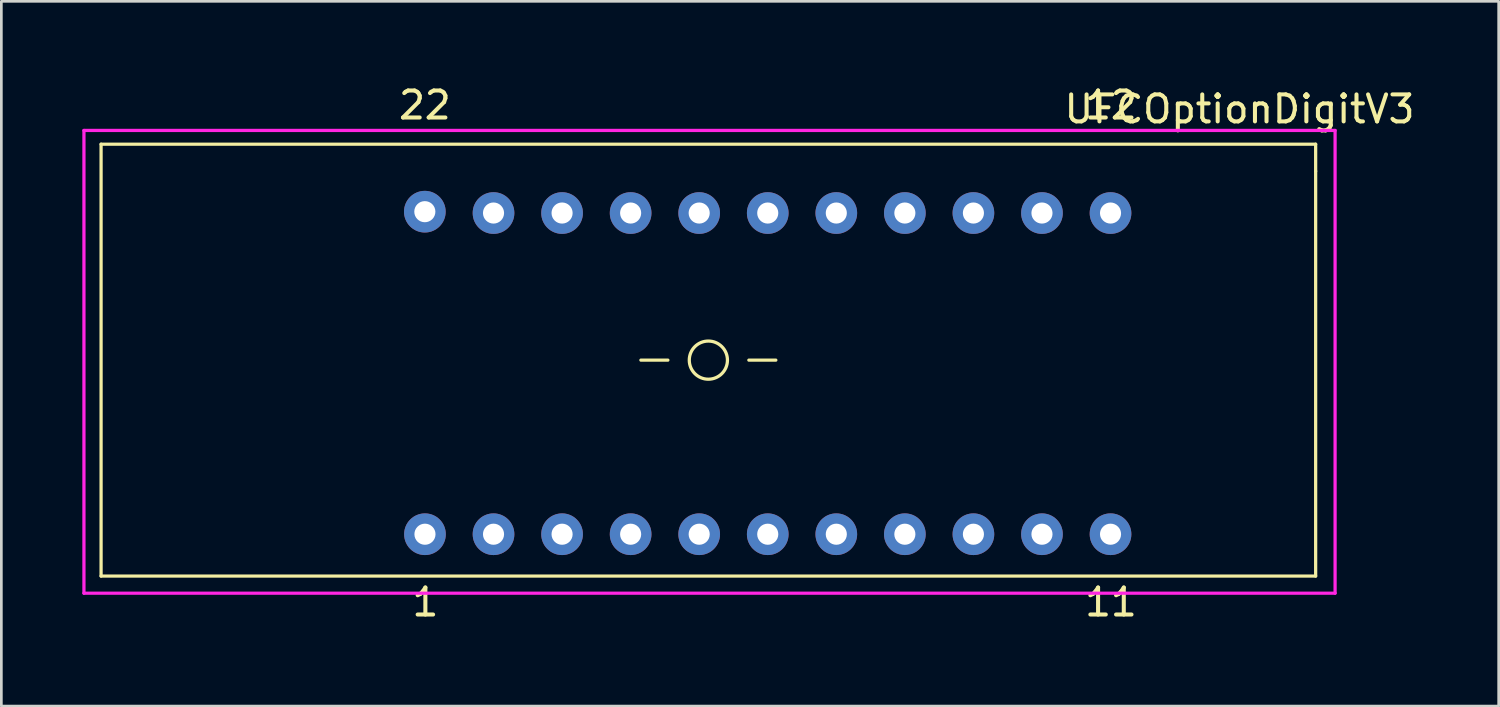
<source format=kicad_pcb>
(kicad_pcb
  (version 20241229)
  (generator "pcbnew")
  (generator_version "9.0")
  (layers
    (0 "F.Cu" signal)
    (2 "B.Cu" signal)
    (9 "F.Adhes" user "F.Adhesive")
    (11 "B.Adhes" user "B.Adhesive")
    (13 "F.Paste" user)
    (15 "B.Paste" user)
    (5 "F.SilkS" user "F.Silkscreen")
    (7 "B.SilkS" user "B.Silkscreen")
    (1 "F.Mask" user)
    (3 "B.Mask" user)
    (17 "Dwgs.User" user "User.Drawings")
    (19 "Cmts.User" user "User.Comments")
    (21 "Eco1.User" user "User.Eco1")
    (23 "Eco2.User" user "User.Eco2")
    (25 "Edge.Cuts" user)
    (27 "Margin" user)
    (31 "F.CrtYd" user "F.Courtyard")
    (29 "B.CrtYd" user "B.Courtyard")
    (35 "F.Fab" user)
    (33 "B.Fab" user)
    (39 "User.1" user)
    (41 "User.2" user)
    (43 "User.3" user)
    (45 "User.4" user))
  (footprint "UFCOptionDigitV3"
    (layer "F.Cu")
    (at 23.19 10.293)
    (property "Reference" "UFCOptionDigitV3" (at 19.685 -9.3 0) (layer "F.SilkS") (effects (font (size 1 1) (thickness 0.15))))
    (attr through_hole)
    (fp_line (start -22.495 -8) (end -22.495 8) (stroke (width 0.12) (type solid)) (layer "F.SilkS"))
    (fp_line (start -22.495 8) (end 22.505 8) (stroke (width 0.12) (type solid)) (layer "F.SilkS"))
    (fp_line (start -1.495 0) (end -2.495 0) (stroke (width 0.12) (type solid)) (layer "F.SilkS"))
    (fp_line (start 1.505 0) (end 2.505 0) (stroke (width 0.12) (type solid)) (layer "F.SilkS"))
    (fp_line (start 22.505 -8) (end -22.495 -8) (stroke (width 0.12) (type solid)) (layer "F.SilkS"))
    (fp_line (start 22.505 -7) (end 22.505 -8) (stroke (width 0.12) (type solid)) (layer "F.SilkS"))
    (fp_line (start 22.505 8) (end 22.505 -7) (stroke (width 0.12) (type solid)) (layer "F.SilkS"))
    (fp_circle (center 0.005 0) (end 0.712 0) (stroke (width 0.12) (type solid)) (fill no) (layer "F.SilkS"))
    (fp_line (start -22.498 -8.004) (end -22.498 7.996) (stroke (width 0.05) (type solid)) (layer "Eco1.User"))
    (fp_line (start -22.498 -8.004) (end -22.498 7.996) (stroke (width 0.05) (type solid)) (layer "Eco1.User"))
    (fp_line (start -22.498 -8.004) (end 22.502 -8.004) (stroke (width 0.05) (type solid)) (layer "Eco1.User"))
    (fp_line (start -22.498 7.996) (end -22.498 -8.004) (stroke (width 0.05) (type solid)) (layer "Eco1.User"))
    (fp_line (start -22.498 7.996) (end 22.502 7.996) (stroke (width 0.05) (type solid)) (layer "Eco1.User"))
    (fp_line (start -22.498 7.996) (end 22.502 7.996) (stroke (width 0.05) (type solid)) (layer "Eco1.User"))
    (fp_line (start 22.502 -8.004) (end -22.498 -8.004) (stroke (width 0.05) (type solid)) (layer "Eco1.User"))
    (fp_line (start 22.502 -8.004) (end -22.498 -8.004) (stroke (width 0.05) (type solid)) (layer "Eco1.User"))
    (fp_line (start 22.502 -8.004) (end 22.502 7.996) (stroke (width 0.05) (type solid)) (layer "Eco1.User"))
    (fp_line (start 22.502 7.996) (end -22.498 7.996) (stroke (width 0.05) (type solid)) (layer "Eco1.User"))
    (fp_line (start 22.502 7.996) (end 22.502 -8.004) (stroke (width 0.05) (type solid)) (layer "Eco1.User"))
    (fp_line (start 22.502 7.996) (end 22.502 -8.004) (stroke (width 0.05) (type solid)) (layer "Eco1.User"))
    (fp_circle (center -20.256 1.058) (end -20.656 1.058) (stroke (width 0.05) (type solid)) (fill no) (layer "Eco1.User"))
    (fp_circle (center -20.256 1.058) (end -20.656 1.058) (stroke (width 0.05) (type solid)) (fill no) (layer "Eco1.User"))
    (fp_circle (center -20.252 -0.965) (end -20.652 -0.965) (stroke (width 0.05) (type solid)) (fill no) (layer "Eco1.User"))
    (fp_circle (center -20.252 -0.965) (end -20.652 -0.965) (stroke (width 0.05) (type solid)) (fill no) (layer "Eco1.User"))
    (fp_circle (center -20.252 2.435) (end -20.652 2.435) (stroke (width 0.05) (type solid)) (fill no) (layer "Eco1.User"))
    (fp_circle (center -20.252 2.435) (end -20.652 2.435) (stroke (width 0.05) (type solid)) (fill no) (layer "Eco1.User"))
    (fp_circle (center -20.252 3.635) (end -20.652 3.635) (stroke (width 0.05) (type solid)) (fill no) (layer "Eco1.User"))
    (fp_circle (center -20.252 3.635) (end -20.652 3.635) (stroke (width 0.05) (type solid)) (fill no) (layer "Eco1.User"))
    (fp_circle (center -20.251 -2.262) (end -20.651 -2.262) (stroke (width 0.05) (type solid)) (fill no) (layer "Eco1.User"))
    (fp_circle (center -20.251 -2.262) (end -20.651 -2.262) (stroke (width 0.05) (type solid)) (fill no) (layer "Eco1.User"))
    (fp_circle (center -20.236 -3.575) (end -20.636 -3.575) (stroke (width 0.05) (type solid)) (fill no) (layer "Eco1.User"))
    (fp_circle (center -20.236 -3.575) (end -20.636 -3.575) (stroke (width 0.05) (type solid)) (fill no) (layer "Eco1.User"))
    (fp_circle (center -17.956 1.058) (end -18.356 1.058) (stroke (width 0.05) (type solid)) (fill no) (layer "Eco1.User"))
    (fp_circle (center -17.956 1.058) (end -18.356 1.058) (stroke (width 0.05) (type solid)) (fill no) (layer "Eco1.User"))
    (fp_circle (center -17.952 -0.965) (end -18.352 -0.965) (stroke (width 0.05) (type solid)) (fill no) (layer "Eco1.User"))
    (fp_circle (center -17.952 -0.965) (end -18.352 -0.965) (stroke (width 0.05) (type solid)) (fill no) (layer "Eco1.User"))
    (fp_circle (center -17.952 2.435) (end -18.352 2.435) (stroke (width 0.05) (type solid)) (fill no) (layer "Eco1.User"))
    (fp_circle (center -17.952 2.435) (end -18.352 2.435) (stroke (width 0.05) (type solid)) (fill no) (layer "Eco1.User"))
    (fp_circle (center -17.952 3.635) (end -18.352 3.635) (stroke (width 0.05) (type solid)) (fill no) (layer "Eco1.User"))
    (fp_circle (center -17.952 3.635) (end -18.352 3.635) (stroke (width 0.05) (type solid)) (fill no) (layer "Eco1.User"))
    (fp_circle (center -17.951 -2.262) (end -18.351 -2.262) (stroke (width 0.05) (type solid)) (fill no) (layer "Eco1.User"))
    (fp_circle (center -17.951 -2.262) (end -18.351 -2.262) (stroke (width 0.05) (type solid)) (fill no) (layer "Eco1.User"))
    (fp_circle (center -17.936 -3.575) (end -18.336 -3.575) (stroke (width 0.05) (type solid)) (fill no) (layer "Eco1.User"))
    (fp_circle (center -17.936 -3.575) (end -18.336 -3.575) (stroke (width 0.05) (type solid)) (fill no) (layer "Eco1.User"))
    (fp_circle (center -16.987 4.725) (end -17.387 4.725) (stroke (width 0.05) (type solid)) (fill no) (layer "Eco1.User"))
    (fp_circle (center -16.987 4.725) (end -17.387 4.725) (stroke (width 0.05) (type solid)) (fill no) (layer "Eco1.User"))
    (fp_circle (center -16.981 -4.616) (end -17.381 -4.616) (stroke (width 0.05) (type solid)) (fill no) (layer "Eco1.User"))
    (fp_circle (center -16.981 -4.616) (end -17.381 -4.616) (stroke (width 0.05) (type solid)) (fill no) (layer "Eco1.User"))
    (fp_circle (center -16.969 -0.003) (end -17.369 -0.003) (stroke (width 0.05) (type solid)) (fill no) (layer "Eco1.User"))
    (fp_circle (center -16.969 -0.003) (end -17.369 -0.003) (stroke (width 0.05) (type solid)) (fill no) (layer "Eco1.User"))
    (fp_circle (center -16.416 2.801) (end -16.816 2.801) (stroke (width 0.05) (type solid)) (fill no) (layer "Eco1.User"))
    (fp_circle (center -16.416 2.801) (end -16.816 2.801) (stroke (width 0.05) (type solid)) (fill no) (layer "Eco1.User"))
    (fp_circle (center -16.394 -2.705) (end -16.794 -2.705) (stroke (width 0.05) (type solid)) (fill no) (layer "Eco1.User"))
    (fp_circle (center -16.394 -2.705) (end -16.794 -2.705) (stroke (width 0.05) (type solid)) (fill no) (layer "Eco1.User"))
    (fp_circle (center -16.022 0.004) (end -16.422 0.004) (stroke (width 0.05) (type solid)) (fill no) (layer "Eco1.User"))
    (fp_circle (center -16.022 0.004) (end -16.422 0.004) (stroke (width 0.05) (type solid)) (fill no) (layer "Eco1.User"))
    (fp_circle (center -16.019 -4.632) (end -16.419 -4.632) (stroke (width 0.05) (type solid)) (fill no) (layer "Eco1.User"))
    (fp_circle (center -16.019 -4.632) (end -16.419 -4.632) (stroke (width 0.05) (type solid)) (fill no) (layer "Eco1.User"))
    (fp_circle (center -16.016 4.719) (end -16.416 4.719) (stroke (width 0.05) (type solid)) (fill no) (layer "Eco1.User"))
    (fp_circle (center -16.016 4.719) (end -16.416 4.719) (stroke (width 0.05) (type solid)) (fill no) (layer "Eco1.User"))
    (fp_circle (center -15.601 -1.883) (end -16.001 -1.883) (stroke (width 0.05) (type solid)) (fill no) (layer "Eco1.User"))
    (fp_circle (center -15.601 -1.883) (end -16.001 -1.883) (stroke (width 0.05) (type solid)) (fill no) (layer "Eco1.User"))
    (fp_circle (center -15.575 1.91) (end -15.975 1.91) (stroke (width 0.05) (type solid)) (fill no) (layer "Eco1.User"))
    (fp_circle (center -15.575 1.91) (end -15.975 1.91) (stroke (width 0.05) (type solid)) (fill no) (layer "Eco1.User"))
    (fp_circle (center -15.061 0.009) (end -15.461 0.009) (stroke (width 0.05) (type solid)) (fill no) (layer "Eco1.User"))
    (fp_circle (center -15.061 0.009) (end -15.461 0.009) (stroke (width 0.05) (type solid)) (fill no) (layer "Eco1.User"))
    (fp_circle (center -15.021 4.759) (end -15.421 4.759) (stroke (width 0.05) (type solid)) (fill no) (layer "Eco1.User"))
    (fp_circle (center -15.021 4.759) (end -15.421 4.759) (stroke (width 0.05) (type solid)) (fill no) (layer "Eco1.User"))
    (fp_circle (center -14.945 -4.637) (end -15.345 -4.637) (stroke (width 0.05) (type solid)) (fill no) (layer "Eco1.User"))
    (fp_circle (center -14.945 -4.637) (end -15.345 -4.637) (stroke (width 0.05) (type solid)) (fill no) (layer "Eco1.User"))
    (fp_circle (center -14.032 1.136) (end -14.432 1.136) (stroke (width 0.05) (type solid)) (fill no) (layer "Eco1.User"))
    (fp_circle (center -14.032 1.136) (end -14.432 1.136) (stroke (width 0.05) (type solid)) (fill no) (layer "Eco1.User"))
    (fp_circle (center -14.032 2.336) (end -14.432 2.336) (stroke (width 0.05) (type solid)) (fill no) (layer "Eco1.User"))
    (fp_circle (center -14.032 2.336) (end -14.432 2.336) (stroke (width 0.05) (type solid)) (fill no) (layer "Eco1.User"))
    (fp_circle (center -14.032 3.536) (end -14.432 3.536) (stroke (width 0.05) (type solid)) (fill no) (layer "Eco1.User"))
    (fp_circle (center -14.032 3.536) (end -14.432 3.536) (stroke (width 0.05) (type solid)) (fill no) (layer "Eco1.User"))
    (fp_circle (center -14 -3.531) (end -14.4 -3.531) (stroke (width 0.05) (type solid)) (fill no) (layer "Eco1.User"))
    (fp_circle (center -14 -3.531) (end -14.4 -3.531) (stroke (width 0.05) (type solid)) (fill no) (layer "Eco1.User"))
    (fp_circle (center -14 -2.331) (end -14.4 -2.331) (stroke (width 0.05) (type solid)) (fill no) (layer "Eco1.User"))
    (fp_circle (center -14 -2.331) (end -14.4 -2.331) (stroke (width 0.05) (type solid)) (fill no) (layer "Eco1.User"))
    (fp_circle (center -14 -1.131) (end -14.4 -1.131) (stroke (width 0.05) (type solid)) (fill no) (layer "Eco1.User"))
    (fp_circle (center -14 -1.131) (end -14.4 -1.131) (stroke (width 0.05) (type solid)) (fill no) (layer "Eco1.User"))
    (fp_circle (center -13.165 4.733) (end -13.565 4.733) (stroke (width 0.05) (type solid)) (fill no) (layer "Eco1.User"))
    (fp_circle (center -13.165 4.733) (end -13.565 4.733) (stroke (width 0.05) (type solid)) (fill no) (layer "Eco1.User"))
    (fp_circle (center -13.092 -4.652) (end -13.492 -4.652) (stroke (width 0.05) (type solid)) (fill no) (layer "Eco1.User"))
    (fp_circle (center -13.092 -4.652) (end -13.492 -4.652) (stroke (width 0.05) (type solid)) (fill no) (layer "Eco1.User"))
    (fp_circle (center -12.987 0.01) (end -13.387 0.01) (stroke (width 0.05) (type solid)) (fill no) (layer "Eco1.User"))
    (fp_circle (center -12.987 0.01) (end -13.387 0.01) (stroke (width 0.05) (type solid)) (fill no) (layer "Eco1.User"))
    (fp_circle (center -12.535 1.876) (end -12.935 1.876) (stroke (width 0.05) (type solid)) (fill no) (layer "Eco1.User"))
    (fp_circle (center -12.535 1.876) (end -12.935 1.876) (stroke (width 0.05) (type solid)) (fill no) (layer "Eco1.User"))
    (fp_circle (center -12.497 -1.814) (end -12.897 -1.814) (stroke (width 0.05) (type solid)) (fill no) (layer "Eco1.User"))
    (fp_circle (center -12.497 -1.814) (end -12.897 -1.814) (stroke (width 0.05) (type solid)) (fill no) (layer "Eco1.User"))
    (fp_circle (center -12.198 4.733) (end -12.598 4.733) (stroke (width 0.05) (type solid)) (fill no) (layer "Eco1.User"))
    (fp_circle (center -12.198 4.733) (end -12.598 4.733) (stroke (width 0.05) (type solid)) (fill no) (layer "Eco1.User"))
    (fp_circle (center -12.083 0.005) (end -12.483 0.005) (stroke (width 0.05) (type solid)) (fill no) (layer "Eco1.User"))
    (fp_circle (center -12.083 0.005) (end -12.483 0.005) (stroke (width 0.05) (type solid)) (fill no) (layer "Eco1.User"))
    (fp_circle (center -12.04 -4.617) (end -12.44 -4.617) (stroke (width 0.05) (type solid)) (fill no) (layer "Eco1.User"))
    (fp_circle (center -12.04 -4.617) (end -12.44 -4.617) (stroke (width 0.05) (type solid)) (fill no) (layer "Eco1.User"))
    (fp_circle (center -11.686 2.725) (end -12.086 2.725) (stroke (width 0.05) (type solid)) (fill no) (layer "Eco1.User"))
    (fp_circle (center -11.686 2.725) (end -12.086 2.725) (stroke (width 0.05) (type solid)) (fill no) (layer "Eco1.User"))
    (fp_circle (center -11.648 -2.663) (end -12.048 -2.663) (stroke (width 0.05) (type solid)) (fill no) (layer "Eco1.User"))
    (fp_circle (center -11.648 -2.663) (end -12.048 -2.663) (stroke (width 0.05) (type solid)) (fill no) (layer "Eco1.User"))
    (fp_circle (center -11.164 -0.005) (end -11.564 -0.005) (stroke (width 0.05) (type solid)) (fill no) (layer "Eco1.User"))
    (fp_circle (center -11.164 -0.005) (end -11.564 -0.005) (stroke (width 0.05) (type solid)) (fill no) (layer "Eco1.User"))
    (fp_circle (center -11.105 -4.643) (end -11.505 -4.643) (stroke (width 0.05) (type solid)) (fill no) (layer "Eco1.User"))
    (fp_circle (center -11.105 -4.643) (end -11.505 -4.643) (stroke (width 0.05) (type solid)) (fill no) (layer "Eco1.User"))
    (fp_circle (center -10.998 4.733) (end -11.398 4.733) (stroke (width 0.05) (type solid)) (fill no) (layer "Eco1.User"))
    (fp_circle (center -10.998 4.733) (end -11.398 4.733) (stroke (width 0.05) (type solid)) (fill no) (layer "Eco1.User"))
    (fp_circle (center -10.172 -2.258) (end -10.572 -2.258) (stroke (width 0.05) (type solid)) (fill no) (layer "Eco1.User"))
    (fp_circle (center -10.172 -2.258) (end -10.572 -2.258) (stroke (width 0.05) (type solid)) (fill no) (layer "Eco1.User"))
    (fp_circle (center -10.143 2.359) (end -10.543 2.359) (stroke (width 0.05) (type solid)) (fill no) (layer "Eco1.User"))
    (fp_circle (center -10.143 2.359) (end -10.543 2.359) (stroke (width 0.05) (type solid)) (fill no) (layer "Eco1.User"))
    (fp_circle (center -10.142 3.625) (end -10.542 3.625) (stroke (width 0.05) (type solid)) (fill no) (layer "Eco1.User"))
    (fp_circle (center -10.142 3.625) (end -10.542 3.625) (stroke (width 0.05) (type solid)) (fill no) (layer "Eco1.User"))
    (fp_circle (center -10.141 -0.969) (end -10.541 -0.969) (stroke (width 0.05) (type solid)) (fill no) (layer "Eco1.User"))
    (fp_circle (center -10.141 -0.969) (end -10.541 -0.969) (stroke (width 0.05) (type solid)) (fill no) (layer "Eco1.User"))
    (fp_circle (center -10.115 -3.594) (end -10.515 -3.594) (stroke (width 0.05) (type solid)) (fill no) (layer "Eco1.User"))
    (fp_circle (center -10.115 -3.594) (end -10.515 -3.594) (stroke (width 0.05) (type solid)) (fill no) (layer "Eco1.User"))
    (fp_circle (center -10.115 1.006) (end -10.515 1.006) (stroke (width 0.05) (type solid)) (fill no) (layer "Eco1.User"))
    (fp_circle (center -10.115 1.006) (end -10.515 1.006) (stroke (width 0.05) (type solid)) (fill no) (layer "Eco1.User"))
    (fp_circle (center -7.956 1.058) (end -8.356 1.058) (stroke (width 0.05) (type solid)) (fill no) (layer "Eco1.User"))
    (fp_circle (center -7.956 1.058) (end -8.356 1.058) (stroke (width 0.05) (type solid)) (fill no) (layer "Eco1.User"))
    (fp_circle (center -7.952 -0.965) (end -8.352 -0.965) (stroke (width 0.05) (type solid)) (fill no) (layer "Eco1.User"))
    (fp_circle (center -7.952 -0.965) (end -8.352 -0.965) (stroke (width 0.05) (type solid)) (fill no) (layer "Eco1.User"))
    (fp_circle (center -7.952 2.435) (end -8.352 2.435) (stroke (width 0.05) (type solid)) (fill no) (layer "Eco1.User"))
    (fp_circle (center -7.952 2.435) (end -8.352 2.435) (stroke (width 0.05) (type solid)) (fill no) (layer "Eco1.User"))
    (fp_circle (center -7.952 3.635) (end -8.352 3.635) (stroke (width 0.05) (type solid)) (fill no) (layer "Eco1.User"))
    (fp_circle (center -7.952 3.635) (end -8.352 3.635) (stroke (width 0.05) (type solid)) (fill no) (layer "Eco1.User"))
    (fp_circle (center -7.951 -2.262) (end -8.351 -2.262) (stroke (width 0.05) (type solid)) (fill no) (layer "Eco1.User"))
    (fp_circle (center -7.951 -2.262) (end -8.351 -2.262) (stroke (width 0.05) (type solid)) (fill no) (layer "Eco1.User"))
    (fp_circle (center -7.936 -3.575) (end -8.336 -3.575) (stroke (width 0.05) (type solid)) (fill no) (layer "Eco1.User"))
    (fp_circle (center -7.936 -3.575) (end -8.336 -3.575) (stroke (width 0.05) (type solid)) (fill no) (layer "Eco1.User"))
    (fp_circle (center -6.987 4.725) (end -7.387 4.725) (stroke (width 0.05) (type solid)) (fill no) (layer "Eco1.User"))
    (fp_circle (center -6.987 4.725) (end -7.387 4.725) (stroke (width 0.05) (type solid)) (fill no) (layer "Eco1.User"))
    (fp_circle (center -6.981 -4.616) (end -7.381 -4.616) (stroke (width 0.05) (type solid)) (fill no) (layer "Eco1.User"))
    (fp_circle (center -6.981 -4.616) (end -7.381 -4.616) (stroke (width 0.05) (type solid)) (fill no) (layer "Eco1.User"))
    (fp_circle (center -6.969 -0.003) (end -7.369 -0.003) (stroke (width 0.05) (type solid)) (fill no) (layer "Eco1.User"))
    (fp_circle (center -6.969 -0.003) (end -7.369 -0.003) (stroke (width 0.05) (type solid)) (fill no) (layer "Eco1.User"))
    (fp_circle (center -6.416 2.801) (end -6.816 2.801) (stroke (width 0.05) (type solid)) (fill no) (layer "Eco1.User"))
    (fp_circle (center -6.416 2.801) (end -6.816 2.801) (stroke (width 0.05) (type solid)) (fill no) (layer "Eco1.User"))
    (fp_circle (center -6.394 -2.705) (end -6.794 -2.705) (stroke (width 0.05) (type solid)) (fill no) (layer "Eco1.User"))
    (fp_circle (center -6.394 -2.705) (end -6.794 -2.705) (stroke (width 0.05) (type solid)) (fill no) (layer "Eco1.User"))
    (fp_circle (center -6.022 0.004) (end -6.422 0.004) (stroke (width 0.05) (type solid)) (fill no) (layer "Eco1.User"))
    (fp_circle (center -6.022 0.004) (end -6.422 0.004) (stroke (width 0.05) (type solid)) (fill no) (layer "Eco1.User"))
    (fp_circle (center -6.019 -4.632) (end -6.419 -4.632) (stroke (width 0.05) (type solid)) (fill no) (layer "Eco1.User"))
    (fp_circle (center -6.019 -4.632) (end -6.419 -4.632) (stroke (width 0.05) (type solid)) (fill no) (layer "Eco1.User"))
    (fp_circle (center -6.016 4.719) (end -6.416 4.719) (stroke (width 0.05) (type solid)) (fill no) (layer "Eco1.User"))
    (fp_circle (center -6.016 4.719) (end -6.416 4.719) (stroke (width 0.05) (type solid)) (fill no) (layer "Eco1.User"))
    (fp_circle (center -5.601 -1.883) (end -6.001 -1.883) (stroke (width 0.05) (type solid)) (fill no) (layer "Eco1.User"))
    (fp_circle (center -5.601 -1.883) (end -6.001 -1.883) (stroke (width 0.05) (type solid)) (fill no) (layer "Eco1.User"))
    (fp_circle (center -5.575 1.91) (end -5.975 1.91) (stroke (width 0.05) (type solid)) (fill no) (layer "Eco1.User"))
    (fp_circle (center -5.575 1.91) (end -5.975 1.91) (stroke (width 0.05) (type solid)) (fill no) (layer "Eco1.User"))
    (fp_circle (center -5.061 0.009) (end -5.461 0.009) (stroke (width 0.05) (type solid)) (fill no) (layer "Eco1.User"))
    (fp_circle (center -5.061 0.009) (end -5.461 0.009) (stroke (width 0.05) (type solid)) (fill no) (layer "Eco1.User"))
    (fp_circle (center -5.021 4.759) (end -5.421 4.759) (stroke (width 0.05) (type solid)) (fill no) (layer "Eco1.User"))
    (fp_circle (center -5.021 4.759) (end -5.421 4.759) (stroke (width 0.05) (type solid)) (fill no) (layer "Eco1.User"))
    (fp_circle (center -4.945 -4.637) (end -5.345 -4.637) (stroke (width 0.05) (type solid)) (fill no) (layer "Eco1.User"))
    (fp_circle (center -4.945 -4.637) (end -5.345 -4.637) (stroke (width 0.05) (type solid)) (fill no) (layer "Eco1.User"))
    (fp_circle (center -4.032 1.136) (end -4.432 1.136) (stroke (width 0.05) (type solid)) (fill no) (layer "Eco1.User"))
    (fp_circle (center -4.032 1.136) (end -4.432 1.136) (stroke (width 0.05) (type solid)) (fill no) (layer "Eco1.User"))
    (fp_circle (center -4.032 2.336) (end -4.432 2.336) (stroke (width 0.05) (type solid)) (fill no) (layer "Eco1.User"))
    (fp_circle (center -4.032 2.336) (end -4.432 2.336) (stroke (width 0.05) (type solid)) (fill no) (layer "Eco1.User"))
    (fp_circle (center -4.032 3.536) (end -4.432 3.536) (stroke (width 0.05) (type solid)) (fill no) (layer "Eco1.User"))
    (fp_circle (center -4.032 3.536) (end -4.432 3.536) (stroke (width 0.05) (type solid)) (fill no) (layer "Eco1.User"))
    (fp_circle (center -4 -3.531) (end -4.4 -3.531) (stroke (width 0.05) (type solid)) (fill no) (layer "Eco1.User"))
    (fp_circle (center -4 -3.531) (end -4.4 -3.531) (stroke (width 0.05) (type solid)) (fill no) (layer "Eco1.User"))
    (fp_circle (center -4 -2.331) (end -4.4 -2.331) (stroke (width 0.05) (type solid)) (fill no) (layer "Eco1.User"))
    (fp_circle (center -4 -2.331) (end -4.4 -2.331) (stroke (width 0.05) (type solid)) (fill no) (layer "Eco1.User"))
    (fp_circle (center -4 -1.131) (end -4.4 -1.131) (stroke (width 0.05) (type solid)) (fill no) (layer "Eco1.User"))
    (fp_circle (center -4 -1.131) (end -4.4 -1.131) (stroke (width 0.05) (type solid)) (fill no) (layer "Eco1.User"))
    (fp_circle (center -3.165 4.733) (end -3.565 4.733) (stroke (width 0.05) (type solid)) (fill no) (layer "Eco1.User"))
    (fp_circle (center -3.165 4.733) (end -3.565 4.733) (stroke (width 0.05) (type solid)) (fill no) (layer "Eco1.User"))
    (fp_circle (center -3.092 -4.652) (end -3.492 -4.652) (stroke (width 0.05) (type solid)) (fill no) (layer "Eco1.User"))
    (fp_circle (center -3.092 -4.652) (end -3.492 -4.652) (stroke (width 0.05) (type solid)) (fill no) (layer "Eco1.User"))
    (fp_circle (center -2.987 0.01) (end -3.387 0.01) (stroke (width 0.05) (type solid)) (fill no) (layer "Eco1.User"))
    (fp_circle (center -2.987 0.01) (end -3.387 0.01) (stroke (width 0.05) (type solid)) (fill no) (layer "Eco1.User"))
    (fp_circle (center -2.535 1.876) (end -2.935 1.876) (stroke (width 0.05) (type solid)) (fill no) (layer "Eco1.User"))
    (fp_circle (center -2.535 1.876) (end -2.935 1.876) (stroke (width 0.05) (type solid)) (fill no) (layer "Eco1.User"))
    (fp_circle (center -2.497 -1.814) (end -2.897 -1.814) (stroke (width 0.05) (type solid)) (fill no) (layer "Eco1.User"))
    (fp_circle (center -2.497 -1.814) (end -2.897 -1.814) (stroke (width 0.05) (type solid)) (fill no) (layer "Eco1.User"))
    (fp_circle (center -2.198 4.733) (end -2.598 4.733) (stroke (width 0.05) (type solid)) (fill no) (layer "Eco1.User"))
    (fp_circle (center -2.198 4.733) (end -2.598 4.733) (stroke (width 0.05) (type solid)) (fill no) (layer "Eco1.User"))
    (fp_circle (center -2.083 0.005) (end -2.483 0.005) (stroke (width 0.05) (type solid)) (fill no) (layer "Eco1.User"))
    (fp_circle (center -2.083 0.005) (end -2.483 0.005) (stroke (width 0.05) (type solid)) (fill no) (layer "Eco1.User"))
    (fp_circle (center -2.04 -4.617) (end -2.44 -4.617) (stroke (width 0.05) (type solid)) (fill no) (layer "Eco1.User"))
    (fp_circle (center -2.04 -4.617) (end -2.44 -4.617) (stroke (width 0.05) (type solid)) (fill no) (layer "Eco1.User"))
    (fp_circle (center -1.686 2.725) (end -2.086 2.725) (stroke (width 0.05) (type solid)) (fill no) (layer "Eco1.User"))
    (fp_circle (center -1.686 2.725) (end -2.086 2.725) (stroke (width 0.05) (type solid)) (fill no) (layer "Eco1.User"))
    (fp_circle (center -1.648 -2.663) (end -2.048 -2.663) (stroke (width 0.05) (type solid)) (fill no) (layer "Eco1.User"))
    (fp_circle (center -1.648 -2.663) (end -2.048 -2.663) (stroke (width 0.05) (type solid)) (fill no) (layer "Eco1.User"))
    (fp_circle (center -1.164 -0.005) (end -1.564 -0.005) (stroke (width 0.05) (type solid)) (fill no) (layer "Eco1.User"))
    (fp_circle (center -1.164 -0.005) (end -1.564 -0.005) (stroke (width 0.05) (type solid)) (fill no) (layer "Eco1.User"))
    (fp_circle (center -1.105 -4.643) (end -1.505 -4.643) (stroke (width 0.05) (type solid)) (fill no) (layer "Eco1.User"))
    (fp_circle (center -1.105 -4.643) (end -1.505 -4.643) (stroke (width 0.05) (type solid)) (fill no) (layer "Eco1.User"))
    (fp_circle (center -0.998 4.733) (end -1.398 4.733) (stroke (width 0.05) (type solid)) (fill no) (layer "Eco1.User"))
    (fp_circle (center -0.998 4.733) (end -1.398 4.733) (stroke (width 0.05) (type solid)) (fill no) (layer "Eco1.User"))
    (fp_circle (center -0.172 -2.258) (end -0.572 -2.258) (stroke (width 0.05) (type solid)) (fill no) (layer "Eco1.User"))
    (fp_circle (center -0.172 -2.258) (end -0.572 -2.258) (stroke (width 0.05) (type solid)) (fill no) (layer "Eco1.User"))
    (fp_circle (center -0.143 2.359) (end -0.543 2.359) (stroke (width 0.05) (type solid)) (fill no) (layer "Eco1.User"))
    (fp_circle (center -0.143 2.359) (end -0.543 2.359) (stroke (width 0.05) (type solid)) (fill no) (layer "Eco1.User"))
    (fp_circle (center -0.142 3.625) (end -0.542 3.625) (stroke (width 0.05) (type solid)) (fill no) (layer "Eco1.User"))
    (fp_circle (center -0.142 3.625) (end -0.542 3.625) (stroke (width 0.05) (type solid)) (fill no) (layer "Eco1.User"))
    (fp_circle (center -0.141 -0.969) (end -0.541 -0.969) (stroke (width 0.05) (type solid)) (fill no) (layer "Eco1.User"))
    (fp_circle (center -0.141 -0.969) (end -0.541 -0.969) (stroke (width 0.05) (type solid)) (fill no) (layer "Eco1.User"))
    (fp_circle (center -0.115 -3.594) (end -0.515 -3.594) (stroke (width 0.05) (type solid)) (fill no) (layer "Eco1.User"))
    (fp_circle (center -0.115 -3.594) (end -0.515 -3.594) (stroke (width 0.05) (type solid)) (fill no) (layer "Eco1.User"))
    (fp_circle (center -0.115 1.006) (end -0.515 1.006) (stroke (width 0.05) (type solid)) (fill no) (layer "Eco1.User"))
    (fp_circle (center -0.115 1.006) (end -0.515 1.006) (stroke (width 0.05) (type solid)) (fill no) (layer "Eco1.User"))
    (fp_circle (center 0.002 -0.004) (end -0.069 -0.004) (stroke (width 0.05) (type solid)) (fill no) (layer "Eco1.User"))
    (fp_circle (center 2.044 1.058) (end 1.644 1.058) (stroke (width 0.05) (type solid)) (fill no) (layer "Eco1.User"))
    (fp_circle (center 2.044 1.058) (end 1.644 1.058) (stroke (width 0.05) (type solid)) (fill no) (layer "Eco1.User"))
    (fp_circle (center 2.048 -0.965) (end 1.648 -0.965) (stroke (width 0.05) (type solid)) (fill no) (layer "Eco1.User"))
    (fp_circle (center 2.048 -0.965) (end 1.648 -0.965) (stroke (width 0.05) (type solid)) (fill no) (layer "Eco1.User"))
    (fp_circle (center 2.048 2.435) (end 1.648 2.435) (stroke (width 0.05) (type solid)) (fill no) (layer "Eco1.User"))
    (fp_circle (center 2.048 2.435) (end 1.648 2.435) (stroke (width 0.05) (type solid)) (fill no) (layer "Eco1.User"))
    (fp_circle (center 2.048 3.635) (end 1.648 3.635) (stroke (width 0.05) (type solid)) (fill no) (layer "Eco1.User"))
    (fp_circle (center 2.048 3.635) (end 1.648 3.635) (stroke (width 0.05) (type solid)) (fill no) (layer "Eco1.User"))
    (fp_circle (center 2.049 -2.262) (end 1.649 -2.262) (stroke (width 0.05) (type solid)) (fill no) (layer "Eco1.User"))
    (fp_circle (center 2.049 -2.262) (end 1.649 -2.262) (stroke (width 0.05) (type solid)) (fill no) (layer "Eco1.User"))
    (fp_circle (center 2.064 -3.575) (end 1.664 -3.575) (stroke (width 0.05) (type solid)) (fill no) (layer "Eco1.User"))
    (fp_circle (center 2.064 -3.575) (end 1.664 -3.575) (stroke (width 0.05) (type solid)) (fill no) (layer "Eco1.User"))
    (fp_circle (center 3.013 4.725) (end 2.613 4.725) (stroke (width 0.05) (type solid)) (fill no) (layer "Eco1.User"))
    (fp_circle (center 3.013 4.725) (end 2.613 4.725) (stroke (width 0.05) (type solid)) (fill no) (layer "Eco1.User"))
    (fp_circle (center 3.019 -4.616) (end 2.619 -4.616) (stroke (width 0.05) (type solid)) (fill no) (layer "Eco1.User"))
    (fp_circle (center 3.019 -4.616) (end 2.619 -4.616) (stroke (width 0.05) (type solid)) (fill no) (layer "Eco1.User"))
    (fp_circle (center 3.031 -0.003) (end 2.631 -0.003) (stroke (width 0.05) (type solid)) (fill no) (layer "Eco1.User"))
    (fp_circle (center 3.031 -0.003) (end 2.631 -0.003) (stroke (width 0.05) (type solid)) (fill no) (layer "Eco1.User"))
    (fp_circle (center 3.584 2.801) (end 3.184 2.801) (stroke (width 0.05) (type solid)) (fill no) (layer "Eco1.User"))
    (fp_circle (center 3.584 2.801) (end 3.184 2.801) (stroke (width 0.05) (type solid)) (fill no) (layer "Eco1.User"))
    (fp_circle (center 3.606 -2.705) (end 3.206 -2.705) (stroke (width 0.05) (type solid)) (fill no) (layer "Eco1.User"))
    (fp_circle (center 3.606 -2.705) (end 3.206 -2.705) (stroke (width 0.05) (type solid)) (fill no) (layer "Eco1.User"))
    (fp_circle (center 3.978 0.004) (end 3.578 0.004) (stroke (width 0.05) (type solid)) (fill no) (layer "Eco1.User"))
    (fp_circle (center 3.978 0.004) (end 3.578 0.004) (stroke (width 0.05) (type solid)) (fill no) (layer "Eco1.User"))
    (fp_circle (center 3.981 -4.632) (end 3.581 -4.632) (stroke (width 0.05) (type solid)) (fill no) (layer "Eco1.User"))
    (fp_circle (center 3.981 -4.632) (end 3.581 -4.632) (stroke (width 0.05) (type solid)) (fill no) (layer "Eco1.User"))
    (fp_circle (center 3.984 4.719) (end 3.584 4.719) (stroke (width 0.05) (type solid)) (fill no) (layer "Eco1.User"))
    (fp_circle (center 3.984 4.719) (end 3.584 4.719) (stroke (width 0.05) (type solid)) (fill no) (layer "Eco1.User"))
    (fp_circle (center 4.399 -1.883) (end 3.999 -1.883) (stroke (width 0.05) (type solid)) (fill no) (layer "Eco1.User"))
    (fp_circle (center 4.399 -1.883) (end 3.999 -1.883) (stroke (width 0.05) (type solid)) (fill no) (layer "Eco1.User"))
    (fp_circle (center 4.425 1.91) (end 4.025 1.91) (stroke (width 0.05) (type solid)) (fill no) (layer "Eco1.User"))
    (fp_circle (center 4.425 1.91) (end 4.025 1.91) (stroke (width 0.05) (type solid)) (fill no) (layer "Eco1.User"))
    (fp_circle (center 4.939 0.009) (end 4.539 0.009) (stroke (width 0.05) (type solid)) (fill no) (layer "Eco1.User"))
    (fp_circle (center 4.939 0.009) (end 4.539 0.009) (stroke (width 0.05) (type solid)) (fill no) (layer "Eco1.User"))
    (fp_circle (center 4.979 4.759) (end 4.579 4.759) (stroke (width 0.05) (type solid)) (fill no) (layer "Eco1.User"))
    (fp_circle (center 4.979 4.759) (end 4.579 4.759) (stroke (width 0.05) (type solid)) (fill no) (layer "Eco1.User"))
    (fp_circle (center 5.055 -4.637) (end 4.655 -4.637) (stroke (width 0.05) (type solid)) (fill no) (layer "Eco1.User"))
    (fp_circle (center 5.055 -4.637) (end 4.655 -4.637) (stroke (width 0.05) (type solid)) (fill no) (layer "Eco1.User"))
    (fp_circle (center 5.968 1.136) (end 5.568 1.136) (stroke (width 0.05) (type solid)) (fill no) (layer "Eco1.User"))
    (fp_circle (center 5.968 1.136) (end 5.568 1.136) (stroke (width 0.05) (type solid)) (fill no) (layer "Eco1.User"))
    (fp_circle (center 5.968 2.336) (end 5.568 2.336) (stroke (width 0.05) (type solid)) (fill no) (layer "Eco1.User"))
    (fp_circle (center 5.968 2.336) (end 5.568 2.336) (stroke (width 0.05) (type solid)) (fill no) (layer "Eco1.User"))
    (fp_circle (center 5.968 3.536) (end 5.568 3.536) (stroke (width 0.05) (type solid)) (fill no) (layer "Eco1.User"))
    (fp_circle (center 5.968 3.536) (end 5.568 3.536) (stroke (width 0.05) (type solid)) (fill no) (layer "Eco1.User"))
    (fp_circle (center 6 -3.531) (end 5.6 -3.531) (stroke (width 0.05) (type solid)) (fill no) (layer "Eco1.User"))
    (fp_circle (center 6 -3.531) (end 5.6 -3.531) (stroke (width 0.05) (type solid)) (fill no) (layer "Eco1.User"))
    (fp_circle (center 6 -2.331) (end 5.6 -2.331) (stroke (width 0.05) (type solid)) (fill no) (layer "Eco1.User"))
    (fp_circle (center 6 -2.331) (end 5.6 -2.331) (stroke (width 0.05) (type solid)) (fill no) (layer "Eco1.User"))
    (fp_circle (center 6 -1.131) (end 5.6 -1.131) (stroke (width 0.05) (type solid)) (fill no) (layer "Eco1.User"))
    (fp_circle (center 6 -1.131) (end 5.6 -1.131) (stroke (width 0.05) (type solid)) (fill no) (layer "Eco1.User"))
    (fp_circle (center 6.835 4.733) (end 6.435 4.733) (stroke (width 0.05) (type solid)) (fill no) (layer "Eco1.User"))
    (fp_circle (center 6.835 4.733) (end 6.435 4.733) (stroke (width 0.05) (type solid)) (fill no) (layer "Eco1.User"))
    (fp_circle (center 6.908 -4.652) (end 6.508 -4.652) (stroke (width 0.05) (type solid)) (fill no) (layer "Eco1.User"))
    (fp_circle (center 6.908 -4.652) (end 6.508 -4.652) (stroke (width 0.05) (type solid)) (fill no) (layer "Eco1.User"))
    (fp_circle (center 7.013 0.01) (end 6.613 0.01) (stroke (width 0.05) (type solid)) (fill no) (layer "Eco1.User"))
    (fp_circle (center 7.013 0.01) (end 6.613 0.01) (stroke (width 0.05) (type solid)) (fill no) (layer "Eco1.User"))
    (fp_circle (center 7.465 1.876) (end 7.065 1.876) (stroke (width 0.05) (type solid)) (fill no) (layer "Eco1.User"))
    (fp_circle (center 7.465 1.876) (end 7.065 1.876) (stroke (width 0.05) (type solid)) (fill no) (layer "Eco1.User"))
    (fp_circle (center 7.503 -1.814) (end 7.103 -1.814) (stroke (width 0.05) (type solid)) (fill no) (layer "Eco1.User"))
    (fp_circle (center 7.503 -1.814) (end 7.103 -1.814) (stroke (width 0.05) (type solid)) (fill no) (layer "Eco1.User"))
    (fp_circle (center 7.802 4.733) (end 7.402 4.733) (stroke (width 0.05) (type solid)) (fill no) (layer "Eco1.User"))
    (fp_circle (center 7.802 4.733) (end 7.402 4.733) (stroke (width 0.05) (type solid)) (fill no) (layer "Eco1.User"))
    (fp_circle (center 7.917 0.005) (end 7.517 0.005) (stroke (width 0.05) (type solid)) (fill no) (layer "Eco1.User"))
    (fp_circle (center 7.917 0.005) (end 7.517 0.005) (stroke (width 0.05) (type solid)) (fill no) (layer "Eco1.User"))
    (fp_circle (center 7.96 -4.617) (end 7.56 -4.617) (stroke (width 0.05) (type solid)) (fill no) (layer "Eco1.User"))
    (fp_circle (center 7.96 -4.617) (end 7.56 -4.617) (stroke (width 0.05) (type solid)) (fill no) (layer "Eco1.User"))
    (fp_circle (center 8.314 2.725) (end 7.914 2.725) (stroke (width 0.05) (type solid)) (fill no) (layer "Eco1.User"))
    (fp_circle (center 8.314 2.725) (end 7.914 2.725) (stroke (width 0.05) (type solid)) (fill no) (layer "Eco1.User"))
    (fp_circle (center 8.352 -2.663) (end 7.952 -2.663) (stroke (width 0.05) (type solid)) (fill no) (layer "Eco1.User"))
    (fp_circle (center 8.352 -2.663) (end 7.952 -2.663) (stroke (width 0.05) (type solid)) (fill no) (layer "Eco1.User"))
    (fp_circle (center 8.836 -0.005) (end 8.436 -0.005) (stroke (width 0.05) (type solid)) (fill no) (layer "Eco1.User"))
    (fp_circle (center 8.836 -0.005) (end 8.436 -0.005) (stroke (width 0.05) (type solid)) (fill no) (layer "Eco1.User"))
    (fp_circle (center 8.895 -4.643) (end 8.495 -4.643) (stroke (width 0.05) (type solid)) (fill no) (layer "Eco1.User"))
    (fp_circle (center 8.895 -4.643) (end 8.495 -4.643) (stroke (width 0.05) (type solid)) (fill no) (layer "Eco1.User"))
    (fp_circle (center 9.002 4.733) (end 8.602 4.733) (stroke (width 0.05) (type solid)) (fill no) (layer "Eco1.User"))
    (fp_circle (center 9.002 4.733) (end 8.602 4.733) (stroke (width 0.05) (type solid)) (fill no) (layer "Eco1.User"))
    (fp_circle (center 9.828 -2.258) (end 9.428 -2.258) (stroke (width 0.05) (type solid)) (fill no) (layer "Eco1.User"))
    (fp_circle (center 9.828 -2.258) (end 9.428 -2.258) (stroke (width 0.05) (type solid)) (fill no) (layer "Eco1.User"))
    (fp_circle (center 9.857 2.359) (end 9.457 2.359) (stroke (width 0.05) (type solid)) (fill no) (layer "Eco1.User"))
    (fp_circle (center 9.857 2.359) (end 9.457 2.359) (stroke (width 0.05) (type solid)) (fill no) (layer "Eco1.User"))
    (fp_circle (center 9.858 3.625) (end 9.458 3.625) (stroke (width 0.05) (type solid)) (fill no) (layer "Eco1.User"))
    (fp_circle (center 9.858 3.625) (end 9.458 3.625) (stroke (width 0.05) (type solid)) (fill no) (layer "Eco1.User"))
    (fp_circle (center 9.859 -0.969) (end 9.459 -0.969) (stroke (width 0.05) (type solid)) (fill no) (layer "Eco1.User"))
    (fp_circle (center 9.859 -0.969) (end 9.459 -0.969) (stroke (width 0.05) (type solid)) (fill no) (layer "Eco1.User"))
    (fp_circle (center 9.885 -3.594) (end 9.485 -3.594) (stroke (width 0.05) (type solid)) (fill no) (layer "Eco1.User"))
    (fp_circle (center 9.885 -3.594) (end 9.485 -3.594) (stroke (width 0.05) (type solid)) (fill no) (layer "Eco1.User"))
    (fp_circle (center 9.885 1.006) (end 9.485 1.006) (stroke (width 0.05) (type solid)) (fill no) (layer "Eco1.User"))
    (fp_circle (center 9.885 1.006) (end 9.485 1.006) (stroke (width 0.05) (type solid)) (fill no) (layer "Eco1.User"))
    (fp_circle (center 12.044 1.058) (end 11.644 1.058) (stroke (width 0.05) (type solid)) (fill no) (layer "Eco1.User"))
    (fp_circle (center 12.044 1.058) (end 11.644 1.058) (stroke (width 0.05) (type solid)) (fill no) (layer "Eco1.User"))
    (fp_circle (center 12.048 -0.965) (end 11.648 -0.965) (stroke (width 0.05) (type solid)) (fill no) (layer "Eco1.User"))
    (fp_circle (center 12.048 -0.965) (end 11.648 -0.965) (stroke (width 0.05) (type solid)) (fill no) (layer "Eco1.User"))
    (fp_circle (center 12.048 2.435) (end 11.648 2.435) (stroke (width 0.05) (type solid)) (fill no) (layer "Eco1.User"))
    (fp_circle (center 12.048 2.435) (end 11.648 2.435) (stroke (width 0.05) (type solid)) (fill no) (layer "Eco1.User"))
    (fp_circle (center 12.048 3.635) (end 11.648 3.635) (stroke (width 0.05) (type solid)) (fill no) (layer "Eco1.User"))
    (fp_circle (center 12.048 3.635) (end 11.648 3.635) (stroke (width 0.05) (type solid)) (fill no) (layer "Eco1.User"))
    (fp_circle (center 12.049 -2.262) (end 11.649 -2.262) (stroke (width 0.05) (type solid)) (fill no) (layer "Eco1.User"))
    (fp_circle (center 12.049 -2.262) (end 11.649 -2.262) (stroke (width 0.05) (type solid)) (fill no) (layer "Eco1.User"))
    (fp_circle (center 12.064 -3.575) (end 11.664 -3.575) (stroke (width 0.05) (type solid)) (fill no) (layer "Eco1.User"))
    (fp_circle (center 12.064 -3.575) (end 11.664 -3.575) (stroke (width 0.05) (type solid)) (fill no) (layer "Eco1.User"))
    (fp_circle (center 13.013 4.725) (end 12.613 4.725) (stroke (width 0.05) (type solid)) (fill no) (layer "Eco1.User"))
    (fp_circle (center 13.013 4.725) (end 12.613 4.725) (stroke (width 0.05) (type solid)) (fill no) (layer "Eco1.User"))
    (fp_circle (center 13.019 -4.616) (end 12.619 -4.616) (stroke (width 0.05) (type solid)) (fill no) (layer "Eco1.User"))
    (fp_circle (center 13.019 -4.616) (end 12.619 -4.616) (stroke (width 0.05) (type solid)) (fill no) (layer "Eco1.User"))
    (fp_circle (center 13.031 -0.003) (end 12.631 -0.003) (stroke (width 0.05) (type solid)) (fill no) (layer "Eco1.User"))
    (fp_circle (center 13.031 -0.003) (end 12.631 -0.003) (stroke (width 0.05) (type solid)) (fill no) (layer "Eco1.User"))
    (fp_circle (center 13.584 2.801) (end 13.184 2.801) (stroke (width 0.05) (type solid)) (fill no) (layer "Eco1.User"))
    (fp_circle (center 13.584 2.801) (end 13.184 2.801) (stroke (width 0.05) (type solid)) (fill no) (layer "Eco1.User"))
    (fp_circle (center 13.606 -2.705) (end 13.206 -2.705) (stroke (width 0.05) (type solid)) (fill no) (layer "Eco1.User"))
    (fp_circle (center 13.606 -2.705) (end 13.206 -2.705) (stroke (width 0.05) (type solid)) (fill no) (layer "Eco1.User"))
    (fp_circle (center 13.978 0.004) (end 13.578 0.004) (stroke (width 0.05) (type solid)) (fill no) (layer "Eco1.User"))
    (fp_circle (center 13.978 0.004) (end 13.578 0.004) (stroke (width 0.05) (type solid)) (fill no) (layer "Eco1.User"))
    (fp_circle (center 13.981 -4.632) (end 13.581 -4.632) (stroke (width 0.05) (type solid)) (fill no) (layer "Eco1.User"))
    (fp_circle (center 13.981 -4.632) (end 13.581 -4.632) (stroke (width 0.05) (type solid)) (fill no) (layer "Eco1.User"))
    (fp_circle (center 13.984 4.719) (end 13.584 4.719) (stroke (width 0.05) (type solid)) (fill no) (layer "Eco1.User"))
    (fp_circle (center 13.984 4.719) (end 13.584 4.719) (stroke (width 0.05) (type solid)) (fill no) (layer "Eco1.User"))
    (fp_circle (center 14.399 -1.883) (end 13.999 -1.883) (stroke (width 0.05) (type solid)) (fill no) (layer "Eco1.User"))
    (fp_circle (center 14.399 -1.883) (end 13.999 -1.883) (stroke (width 0.05) (type solid)) (fill no) (layer "Eco1.User"))
    (fp_circle (center 14.425 1.91) (end 14.025 1.91) (stroke (width 0.05) (type solid)) (fill no) (layer "Eco1.User"))
    (fp_circle (center 14.425 1.91) (end 14.025 1.91) (stroke (width 0.05) (type solid)) (fill no) (layer "Eco1.User"))
    (fp_circle (center 14.939 0.009) (end 14.539 0.009) (stroke (width 0.05) (type solid)) (fill no) (layer "Eco1.User"))
    (fp_circle (center 14.939 0.009) (end 14.539 0.009) (stroke (width 0.05) (type solid)) (fill no) (layer "Eco1.User"))
    (fp_circle (center 14.979 4.759) (end 14.579 4.759) (stroke (width 0.05) (type solid)) (fill no) (layer "Eco1.User"))
    (fp_circle (center 14.979 4.759) (end 14.579 4.759) (stroke (width 0.05) (type solid)) (fill no) (layer "Eco1.User"))
    (fp_circle (center 15.055 -4.637) (end 14.655 -4.637) (stroke (width 0.05) (type solid)) (fill no) (layer "Eco1.User"))
    (fp_circle (center 15.055 -4.637) (end 14.655 -4.637) (stroke (width 0.05) (type solid)) (fill no) (layer "Eco1.User"))
    (fp_circle (center 15.968 1.136) (end 15.568 1.136) (stroke (width 0.05) (type solid)) (fill no) (layer "Eco1.User"))
    (fp_circle (center 15.968 1.136) (end 15.568 1.136) (stroke (width 0.05) (type solid)) (fill no) (layer "Eco1.User"))
    (fp_circle (center 15.968 2.336) (end 15.568 2.336) (stroke (width 0.05) (type solid)) (fill no) (layer "Eco1.User"))
    (fp_circle (center 15.968 2.336) (end 15.568 2.336) (stroke (width 0.05) (type solid)) (fill no) (layer "Eco1.User"))
    (fp_circle (center 15.968 3.536) (end 15.568 3.536) (stroke (width 0.05) (type solid)) (fill no) (layer "Eco1.User"))
    (fp_circle (center 15.968 3.536) (end 15.568 3.536) (stroke (width 0.05) (type solid)) (fill no) (layer "Eco1.User"))
    (fp_circle (center 16 -3.531) (end 15.6 -3.531) (stroke (width 0.05) (type solid)) (fill no) (layer "Eco1.User"))
    (fp_circle (center 16 -3.531) (end 15.6 -3.531) (stroke (width 0.05) (type solid)) (fill no) (layer "Eco1.User"))
    (fp_circle (center 16 -2.331) (end 15.6 -2.331) (stroke (width 0.05) (type solid)) (fill no) (layer "Eco1.User"))
    (fp_circle (center 16 -2.331) (end 15.6 -2.331) (stroke (width 0.05) (type solid)) (fill no) (layer "Eco1.User"))
    (fp_circle (center 16 -1.131) (end 15.6 -1.131) (stroke (width 0.05) (type solid)) (fill no) (layer "Eco1.User"))
    (fp_circle (center 16 -1.131) (end 15.6 -1.131) (stroke (width 0.05) (type solid)) (fill no) (layer "Eco1.User"))
    (fp_circle (center 16.835 4.733) (end 16.435 4.733) (stroke (width 0.05) (type solid)) (fill no) (layer "Eco1.User"))
    (fp_circle (center 16.835 4.733) (end 16.435 4.733) (stroke (width 0.05) (type solid)) (fill no) (layer "Eco1.User"))
    (fp_circle (center 16.908 -4.652) (end 16.508 -4.652) (stroke (width 0.05) (type solid)) (fill no) (layer "Eco1.User"))
    (fp_circle (center 16.908 -4.652) (end 16.508 -4.652) (stroke (width 0.05) (type solid)) (fill no) (layer "Eco1.User"))
    (fp_circle (center 17.013 0.01) (end 16.613 0.01) (stroke (width 0.05) (type solid)) (fill no) (layer "Eco1.User"))
    (fp_circle (center 17.013 0.01) (end 16.613 0.01) (stroke (width 0.05) (type solid)) (fill no) (layer "Eco1.User"))
    (fp_circle (center 17.465 1.876) (end 17.065 1.876) (stroke (width 0.05) (type solid)) (fill no) (layer "Eco1.User"))
    (fp_circle (center 17.465 1.876) (end 17.065 1.876) (stroke (width 0.05) (type solid)) (fill no) (layer "Eco1.User"))
    (fp_circle (center 17.503 -1.814) (end 17.103 -1.814) (stroke (width 0.05) (type solid)) (fill no) (layer "Eco1.User"))
    (fp_circle (center 17.503 -1.814) (end 17.103 -1.814) (stroke (width 0.05) (type solid)) (fill no) (layer "Eco1.User"))
    (fp_circle (center 17.802 4.733) (end 17.402 4.733) (stroke (width 0.05) (type solid)) (fill no) (layer "Eco1.User"))
    (fp_circle (center 17.802 4.733) (end 17.402 4.733) (stroke (width 0.05) (type solid)) (fill no) (layer "Eco1.User"))
    (fp_circle (center 17.917 0.005) (end 17.517 0.005) (stroke (width 0.05) (type solid)) (fill no) (layer "Eco1.User"))
    (fp_circle (center 17.917 0.005) (end 17.517 0.005) (stroke (width 0.05) (type solid)) (fill no) (layer "Eco1.User"))
    (fp_circle (center 17.96 -4.617) (end 17.56 -4.617) (stroke (width 0.05) (type solid)) (fill no) (layer "Eco1.User"))
    (fp_circle (center 17.96 -4.617) (end 17.56 -4.617) (stroke (width 0.05) (type solid)) (fill no) (layer "Eco1.User"))
    (fp_circle (center 18.314 2.725) (end 17.914 2.725) (stroke (width 0.05) (type solid)) (fill no) (layer "Eco1.User"))
    (fp_circle (center 18.314 2.725) (end 17.914 2.725) (stroke (width 0.05) (type solid)) (fill no) (layer "Eco1.User"))
    (fp_circle (center 18.352 -2.663) (end 17.952 -2.663) (stroke (width 0.05) (type solid)) (fill no) (layer "Eco1.User"))
    (fp_circle (center 18.352 -2.663) (end 17.952 -2.663) (stroke (width 0.05) (type solid)) (fill no) (layer "Eco1.User"))
    (fp_circle (center 18.836 -0.005) (end 18.436 -0.005) (stroke (width 0.05) (type solid)) (fill no) (layer "Eco1.User"))
    (fp_circle (center 18.836 -0.005) (end 18.436 -0.005) (stroke (width 0.05) (type solid)) (fill no) (layer "Eco1.User"))
    (fp_circle (center 18.895 -4.643) (end 18.495 -4.643) (stroke (width 0.05) (type solid)) (fill no) (layer "Eco1.User"))
    (fp_circle (center 18.895 -4.643) (end 18.495 -4.643) (stroke (width 0.05) (type solid)) (fill no) (layer "Eco1.User"))
    (fp_circle (center 19.002 4.733) (end 18.602 4.733) (stroke (width 0.05) (type solid)) (fill no) (layer "Eco1.User"))
    (fp_circle (center 19.002 4.733) (end 18.602 4.733) (stroke (width 0.05) (type solid)) (fill no) (layer "Eco1.User"))
    (fp_circle (center 19.828 -2.258) (end 19.428 -2.258) (stroke (width 0.05) (type solid)) (fill no) (layer "Eco1.User"))
    (fp_circle (center 19.828 -2.258) (end 19.428 -2.258) (stroke (width 0.05) (type solid)) (fill no) (layer "Eco1.User"))
    (fp_circle (center 19.857 2.359) (end 19.457 2.359) (stroke (width 0.05) (type solid)) (fill no) (layer "Eco1.User"))
    (fp_circle (center 19.857 2.359) (end 19.457 2.359) (stroke (width 0.05) (type solid)) (fill no) (layer "Eco1.User"))
    (fp_circle (center 19.858 3.625) (end 19.458 3.625) (stroke (width 0.05) (type solid)) (fill no) (layer "Eco1.User"))
    (fp_circle (center 19.858 3.625) (end 19.458 3.625) (stroke (width 0.05) (type solid)) (fill no) (layer "Eco1.User"))
    (fp_circle (center 19.859 -0.969) (end 19.459 -0.969) (stroke (width 0.05) (type solid)) (fill no) (layer "Eco1.User"))
    (fp_circle (center 19.859 -0.969) (end 19.459 -0.969) (stroke (width 0.05) (type solid)) (fill no) (layer "Eco1.User"))
    (fp_circle (center 19.885 -3.594) (end 19.485 -3.594) (stroke (width 0.05) (type solid)) (fill no) (layer "Eco1.User"))
    (fp_circle (center 19.885 -3.594) (end 19.485 -3.594) (stroke (width 0.05) (type solid)) (fill no) (layer "Eco1.User"))
    (fp_circle (center 19.885 1.006) (end 19.485 1.006) (stroke (width 0.05) (type solid)) (fill no) (layer "Eco1.User"))
    (fp_circle (center 19.885 1.006) (end 19.485 1.006) (stroke (width 0.05) (type solid)) (fill no) (layer "Eco1.User"))
    (fp_line (start -23.13 -8.51) (end 23.225 -8.51) (stroke (width 0.12) (type solid)) (layer "F.CrtYd"))
    (fp_line (start -23.13 8.635) (end -23.13 -8.51) (stroke (width 0.12) (type solid)) (layer "F.CrtYd"))
    (fp_line (start 23.225 -8.51) (end 23.225 8.635) (stroke (width 0.12) (type solid)) (layer "F.CrtYd"))
    (fp_line (start 23.225 8.635) (end -23.13 8.635) (stroke (width 0.12) (type solid)) (layer "F.CrtYd"))
    (fp_text user "1" (at -10.48 8.97 0) (layer "F.SilkS") (effects (font (size 1 1) (thickness 0.15))))
    (fp_text user "22" (at -10.5 -9.445 0) (layer "F.SilkS") (effects (font (size 1 1) (thickness 0.15))))
    (fp_text user "11" (at 14.92 8.97 0) (layer "F.SilkS") (effects (font (size 1 1) (thickness 0.15))))
    (fp_text user "12" (at 14.92 -9.445 0) (layer "F.SilkS") (effects (font (size 1 1) (thickness 0.15))))
    (pad "1" thru_hole circle (at -10.495 6.45) (size 1.544 1.544) (drill 0.782) (layers "*.Cu" "*.Mask"))
    (pad "2" thru_hole circle (at -7.955 6.45) (size 1.544 1.544) (drill 0.782) (layers "*.Cu" "*.Mask"))
    (pad "3" thru_hole circle (at -5.415 6.45) (size 1.544 1.544) (drill 0.782) (layers "*.Cu" "*.Mask"))
    (pad "4" thru_hole circle (at -2.875 6.45) (size 1.544 1.544) (drill 0.782) (layers "*.Cu" "*.Mask"))
    (pad "5" thru_hole circle (at -0.335 6.45) (size 1.544 1.544) (drill 0.782) (layers "*.Cu" "*.Mask"))
    (pad "6" thru_hole circle (at 2.205 6.45) (size 1.544 1.544) (drill 0.782) (layers "*.Cu" "*.Mask"))
    (pad "7" thru_hole circle (at 4.745 6.45) (size 1.544 1.544) (drill 0.782) (layers "*.Cu" "*.Mask"))
    (pad "8" thru_hole circle (at 7.285 6.45) (size 1.544 1.544) (drill 0.782) (layers "*.Cu" "*.Mask"))
    (pad "9" thru_hole circle (at 9.825 6.45) (size 1.544 1.544) (drill 0.782) (layers "*.Cu" "*.Mask"))
    (pad "10" thru_hole circle (at 12.365 6.45) (size 1.544 1.544) (drill 0.782) (layers "*.Cu" "*.Mask"))
    (pad "11" thru_hole circle (at 14.905 6.45) (size 1.544 1.544) (drill 0.782) (layers "*.Cu" "*.Mask"))
    (pad "12" thru_hole circle (at 14.905 -5.45) (size 1.544 1.544) (drill 0.782) (layers "*.Cu" "*.Mask"))
    (pad "13" thru_hole circle (at 12.365 -5.45) (size 1.544 1.544) (drill 0.782) (layers "*.Cu" "*.Mask"))
    (pad "14" thru_hole circle (at 9.825 -5.45) (size 1.544 1.544) (drill 0.782) (layers "*.Cu" "*.Mask"))
    (pad "15" thru_hole circle (at 7.285 -5.45) (size 1.544 1.544) (drill 0.782) (layers "*.Cu" "*.Mask"))
    (pad "16" thru_hole circle (at 4.745 -5.45) (size 1.544 1.544) (drill 0.782) (layers "*.Cu" "*.Mask"))
    (pad "17" thru_hole circle (at 2.205 -5.45) (size 1.544 1.544) (drill 0.782) (layers "*.Cu" "*.Mask"))
    (pad "18" thru_hole circle (at -0.335 -5.45) (size 1.544 1.544) (drill 0.782) (layers "*.Cu" "*.Mask"))
    (pad "19" thru_hole circle (at -2.875 -5.45) (size 1.544 1.544) (drill 0.782) (layers "*.Cu" "*.Mask"))
    (pad "20" thru_hole circle (at -5.415 -5.45) (size 1.544 1.544) (drill 0.782) (layers "*.Cu" "*.Mask"))
    (pad "21" thru_hole circle (at -7.955 -5.45) (size 1.544 1.544) (drill 0.782) (layers "*.Cu" "*.Mask"))
    (pad "22" thru_hole circle (at -10.5 -5.5) (size 1.544 1.544) (drill 0.782) (layers "*.Cu" "*.Mask")))
  (gr_rect
    (start -3 -3)
    (end 52.476 23.111)
    (stroke (width 0.1) (type default))
    (fill no)
    (layer "Edge.Cuts")))
</source>
